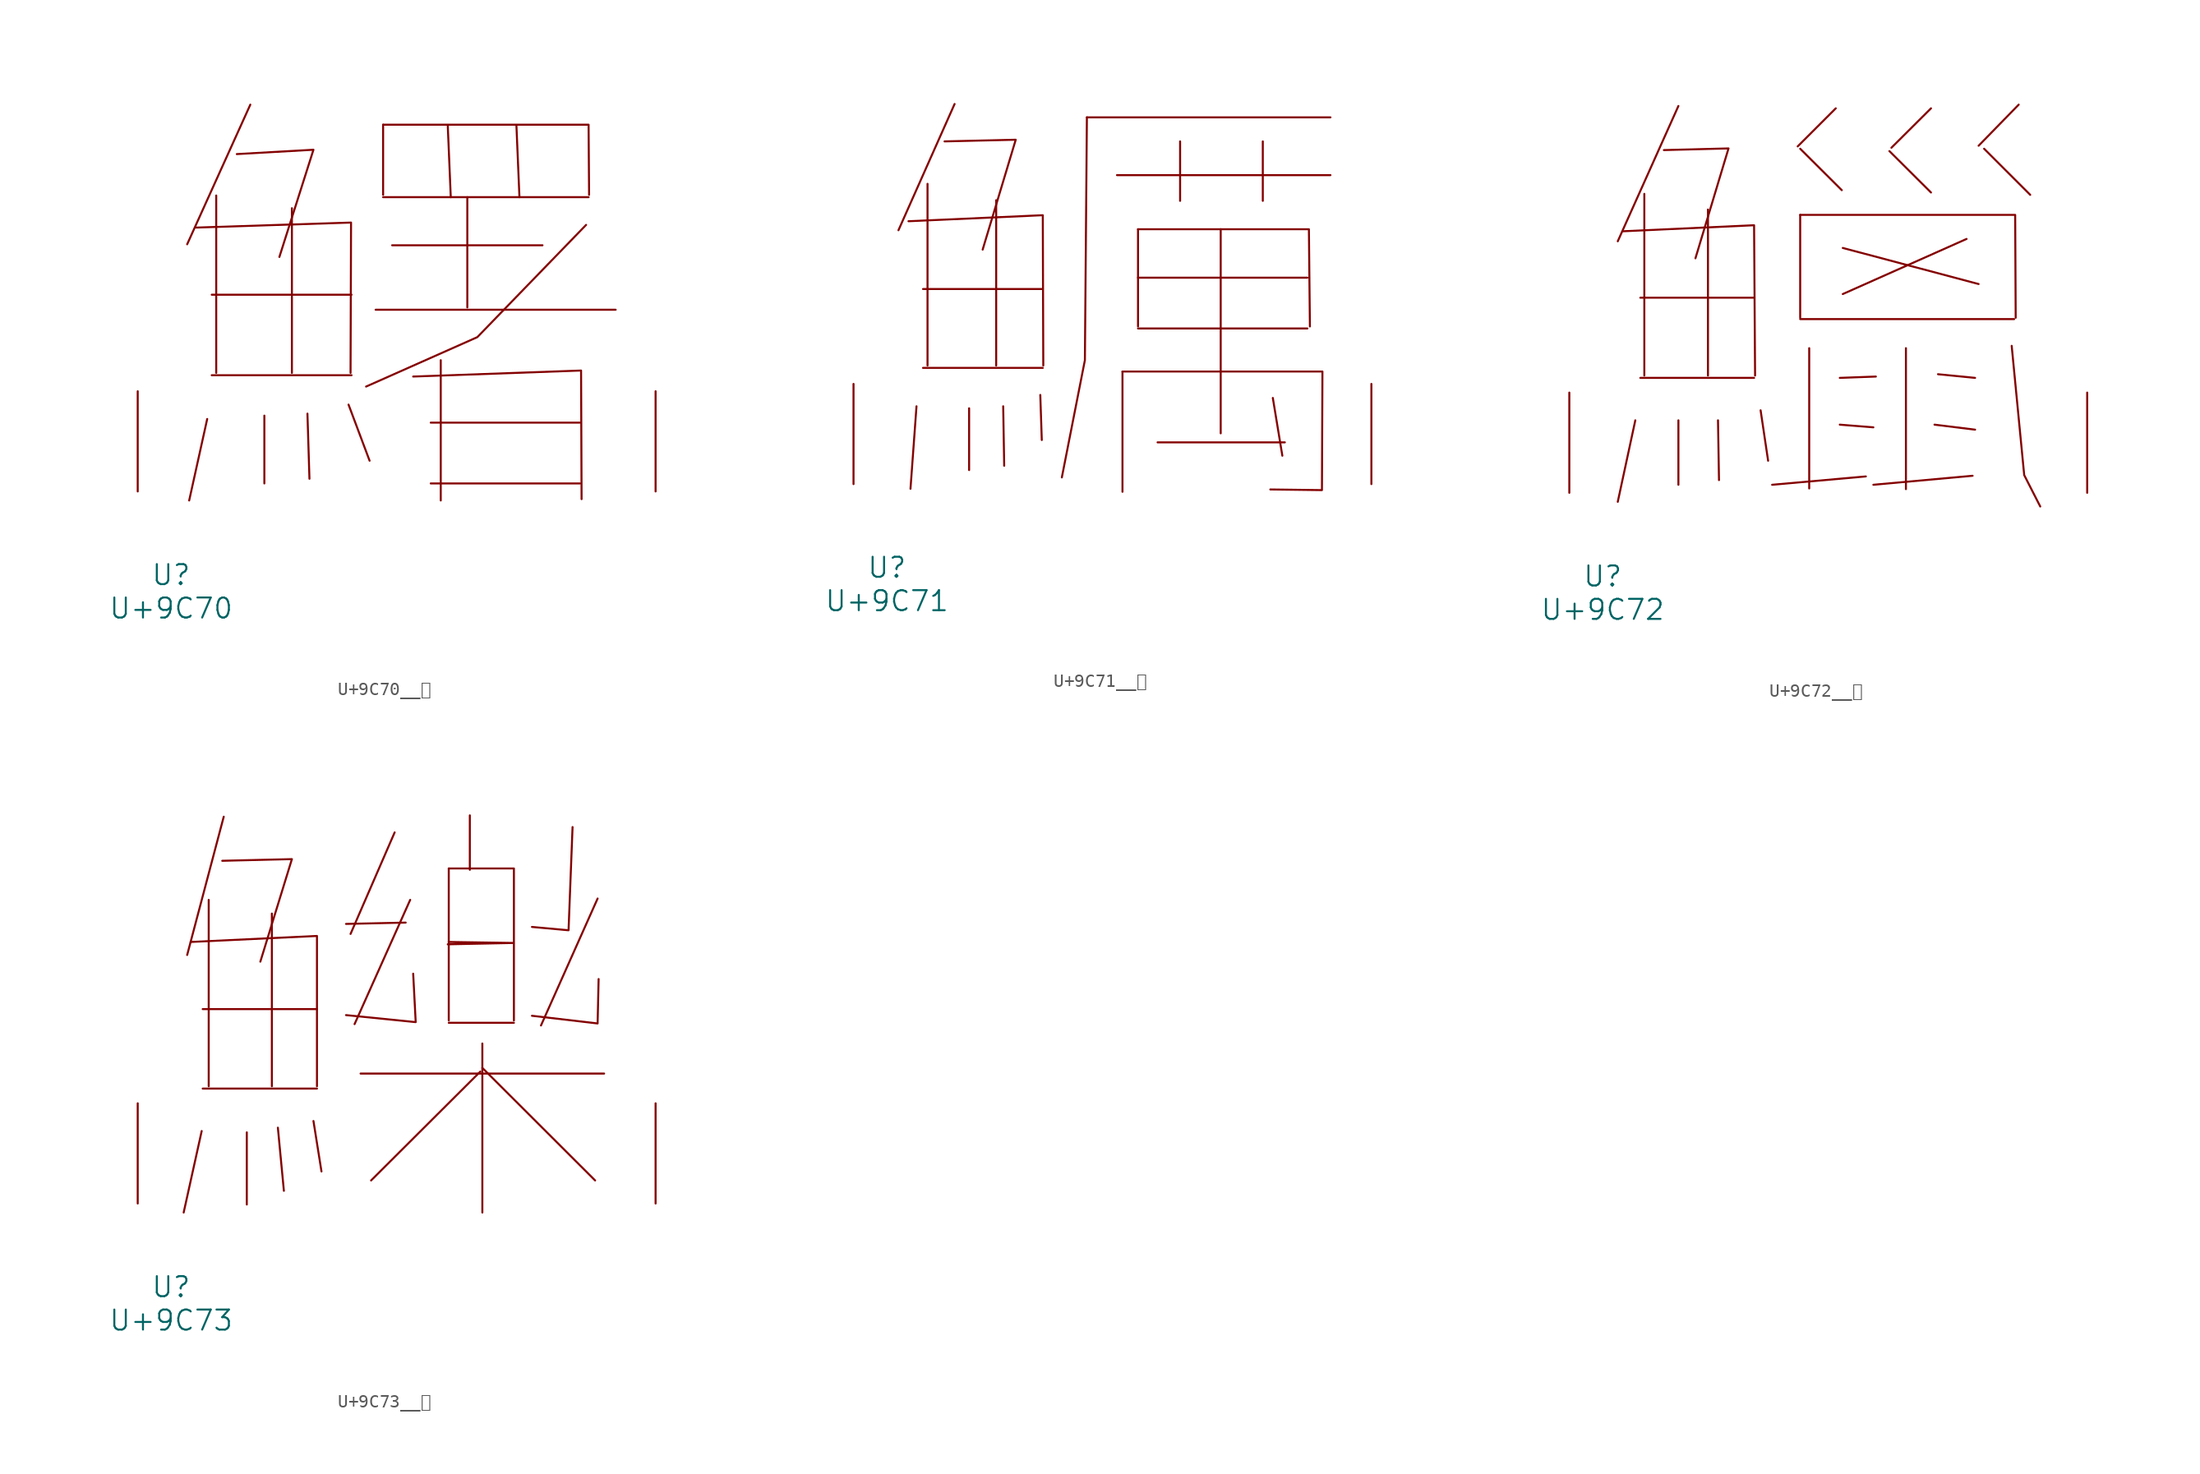
<source format=kicad_sym>
(kicad_symbol_lib
  (version 20231120)
  (generator "kicad_symbol_editor")
  (generator_version "8.0")
  (symbol "U+9C70__鱰"
    (pin_names
      (offset 1.016))
    (property "Reference" "U"
      (at 0 -6.35 0)
      (effects (font (size 1.524 1.524))))
    (property "Value" "U+9C70"
      (at 0 -8.89 0)
      (effects (font (size 1.524 1.524))))
    (symbol "U+9C70__鱰_0_1"
      (polyline (pts (xy 2.743 5.512) (xy 1.372 -0.686)) (stroke (width 0) (type solid)) (fill (type none)))
      (polyline (pts (xy 3.086 8.839) (xy 13.716 8.839)) (stroke (width 0) (type solid)) (fill (type none)))
      (polyline (pts (xy 3.086 14.961) (xy 13.716 14.961)) (stroke (width 0) (type solid)) (fill (type none)))
      (polyline (pts (xy 3.429 22.504) (xy 3.429 9.017)) (stroke (width 0) (type solid)) (fill (type none)))
      (polyline (pts (xy 6.02 29.413) (xy 1.219 18.796)) (stroke (width 0) (type solid)) (fill (type none)))
      (polyline (pts (xy 7.087 5.766) (xy 7.087 0.61)) (stroke (width 0) (type solid)) (fill (type none)))
      (polyline (pts (xy 9.182 21.539) (xy 9.182 9.017)) (stroke (width 0) (type solid)) (fill (type none)))
      (polyline (pts (xy 10.363 5.918) (xy 10.516 0.965)) (stroke (width 0) (type solid)) (fill (type none)))
      (polyline (pts (xy 13.487 6.604) (xy 15.088 2.337)) (stroke (width 0) (type solid)) (fill (type none)))
      (polyline (pts (xy 15.545 13.818) (xy 33.795 13.818)) (stroke (width 0) (type solid)) (fill (type none)))
      (polyline (pts (xy 16.116 22.377) (xy 31.737 22.377)) (stroke (width 0) (type solid)) (fill (type none)))
      (polyline (pts (xy 16.116 27.889) (xy 16.116 22.555)) (stroke (width 0) (type solid)) (fill (type none)))
      (polyline (pts (xy 16.802 18.72) (xy 28.232 18.72)) (stroke (width 0) (type solid)) (fill (type none)))
      (polyline (pts (xy 19.736 0.61) (xy 31.09 0.61)) (stroke (width 0) (type solid)) (fill (type none)))
      (polyline (pts (xy 19.736 5.232) (xy 31.09 5.232)) (stroke (width 0) (type solid)) (fill (type none)))
      (polyline (pts (xy 20.498 9.982) (xy 20.498 -0.686)) (stroke (width 0) (type solid)) (fill (type none)))
      (polyline (pts (xy 21.031 27.813) (xy 21.26 22.377)) (stroke (width 0) (type solid)) (fill (type none)))
      (polyline (pts (xy 22.517 22.377) (xy 22.517 13.995)) (stroke (width 0) (type solid)) (fill (type none)))
      (polyline (pts (xy 26.251 27.813) (xy 26.48 22.377)) (stroke (width 0) (type solid)) (fill (type none)))
      (polyline (pts (xy 1.905 20.066) (xy 13.678 20.447) (xy 13.64 9.017)) (stroke (width 0) (type solid)) (fill (type none)))
      (polyline (pts (xy 4.991 25.654) (xy 10.82 25.984) (xy 8.23 17.831)) (stroke (width 0) (type solid)) (fill (type none)))
      (polyline (pts (xy 16.116 27.889) (xy 31.737 27.889) (xy 31.775 22.555)) (stroke (width 0) (type solid)) (fill (type none)))
      (polyline (pts (xy 18.402 8.738) (xy 31.166 9.195) (xy 31.204 -0.584)) (stroke (width 0) (type solid)) (fill (type none)))
      (polyline (pts (xy 31.547 20.269) (xy 23.279 11.735) (xy 14.821 7.976)) (stroke (width 0) (type solid)) (fill (type none)))
      (pin input line (at -2.54 0 90) (length 7.62) (name "~" (effects (font (size 1.27 1.27)))) (number "~" (effects (font (size 1.27 1.27)))))
      (pin input line (at 36.83 0 90) (length 7.62) (name "~" (effects (font (size 1.27 1.27)))) (number "~" (effects (font (size 1.27 1.27)))))))
  (symbol "U+9C71__鱱"
    (pin_names
      (offset 1.016))
    (property "Reference" "U"
      (at 0 -6.35 0)
      (effects (font (size 1.524 1.524))))
    (property "Value" "U+9C71"
      (at 0 -8.89 0)
      (effects (font (size 1.524 1.524))))
    (symbol "U+9C71__鱱_0_1"
      (polyline (pts (xy 2.248 5.918) (xy 1.791 -0.356)) (stroke (width 0) (type solid)) (fill (type none)))
      (polyline (pts (xy 2.743 8.839) (xy 11.849 8.839)) (stroke (width 0) (type solid)) (fill (type none)))
      (polyline (pts (xy 2.743 14.834) (xy 11.849 14.834)) (stroke (width 0) (type solid)) (fill (type none)))
      (polyline (pts (xy 3.086 22.835) (xy 3.086 9.017)) (stroke (width 0) (type solid)) (fill (type none)))
      (polyline (pts (xy 5.144 28.905) (xy 0.876 19.304)) (stroke (width 0) (type solid)) (fill (type none)))
      (polyline (pts (xy 6.248 5.766) (xy 6.248 1.067)) (stroke (width 0) (type solid)) (fill (type none)))
      (polyline (pts (xy 8.306 21.59) (xy 8.306 9.017)) (stroke (width 0) (type solid)) (fill (type none)))
      (polyline (pts (xy 8.839 5.918) (xy 8.915 1.397)) (stroke (width 0) (type solid)) (fill (type none)))
      (polyline (pts (xy 11.659 6.782) (xy 11.773 3.353)) (stroke (width 0) (type solid)) (fill (type none)))
      (polyline (pts (xy 15.202 27.889) (xy 33.718 27.889)) (stroke (width 0) (type solid)) (fill (type none)))
      (polyline (pts (xy 17.488 23.495) (xy 33.718 23.495)) (stroke (width 0) (type solid)) (fill (type none)))
      (polyline (pts (xy 17.907 8.56) (xy 17.907 -0.584)) (stroke (width 0) (type solid)) (fill (type none)))
      (polyline (pts (xy 19.088 11.836) (xy 31.966 11.836)) (stroke (width 0) (type solid)) (fill (type none)))
      (polyline (pts (xy 19.088 15.697) (xy 31.966 15.697)) (stroke (width 0) (type solid)) (fill (type none)))
      (polyline (pts (xy 19.088 19.38) (xy 19.088 11.989)) (stroke (width 0) (type solid)) (fill (type none)))
      (polyline (pts (xy 20.574 3.175) (xy 30.251 3.175)) (stroke (width 0) (type solid)) (fill (type none)))
      (polyline (pts (xy 22.288 26.06) (xy 22.288 21.539)) (stroke (width 0) (type solid)) (fill (type none)))
      (polyline (pts (xy 25.375 19.38) (xy 25.375 3.861)) (stroke (width 0) (type solid)) (fill (type none)))
      (polyline (pts (xy 28.575 26.06) (xy 28.575 21.539)) (stroke (width 0) (type solid)) (fill (type none)))
      (polyline (pts (xy 29.337 6.553) (xy 30.061 2.159)) (stroke (width 0) (type solid)) (fill (type none)))
      (polyline (pts (xy 1.638 19.99) (xy 11.849 20.447) (xy 11.887 9.017)) (stroke (width 0) (type solid)) (fill (type none)))
      (polyline (pts (xy 4.381 26.06) (xy 9.792 26.187) (xy 7.277 17.831)) (stroke (width 0) (type solid)) (fill (type none)))
      (polyline (pts (xy 15.202 27.889) (xy 15.05 9.423) (xy 13.297 0.508)) (stroke (width 0) (type solid)) (fill (type none)))
      (polyline (pts (xy 19.088 19.38) (xy 32.08 19.38) (xy 32.156 11.989)) (stroke (width 0) (type solid)) (fill (type none)))
      (polyline (pts (xy 17.907 8.56) (xy 33.109 8.56) (xy 33.071 -0.457) (xy 29.146 -0.406)) (stroke (width 0) (type solid)) (fill (type none)))
      (pin input line (at -2.54 0 90) (length 7.62) (name "~" (effects (font (size 1.27 1.27)))) (number "~" (effects (font (size 1.27 1.27)))))
      (pin input line (at 36.83 0 90) (length 7.62) (name "~" (effects (font (size 1.27 1.27)))) (number "~" (effects (font (size 1.27 1.27)))))))
  (symbol "U+9C72__鱲"
    (pin_names
      (offset 1.016))
    (property "Reference" "U"
      (at 0 -6.35 0)
      (effects (font (size 1.524 1.524))))
    (property "Value" "U+9C72"
      (at 0 -8.89 0)
      (effects (font (size 1.524 1.524))))
    (symbol "U+9C72__鱲_0_1"
      (polyline (pts (xy 2.477 5.512) (xy 1.143 -0.686)) (stroke (width 0) (type solid)) (fill (type none)))
      (polyline (pts (xy 2.857 8.738) (xy 11.506 8.738)) (stroke (width 0) (type solid)) (fill (type none)))
      (polyline (pts (xy 2.857 14.834) (xy 11.506 14.834)) (stroke (width 0) (type solid)) (fill (type none)))
      (polyline (pts (xy 3.162 22.733) (xy 3.162 8.915)) (stroke (width 0) (type solid)) (fill (type none)))
      (polyline (pts (xy 5.753 5.512) (xy 5.753 0.61)) (stroke (width 0) (type solid)) (fill (type none)))
      (polyline (pts (xy 5.753 29.413) (xy 1.143 19.126)) (stroke (width 0) (type solid)) (fill (type none)))
      (polyline (pts (xy 8.001 21.539) (xy 8.001 8.915)) (stroke (width 0) (type solid)) (fill (type none)))
      (polyline (pts (xy 8.763 5.512) (xy 8.839 0.965)) (stroke (width 0) (type solid)) (fill (type none)))
      (polyline (pts (xy 12.002 6.274) (xy 12.573 2.438)) (stroke (width 0) (type solid)) (fill (type none)))
      (polyline (pts (xy 15.011 13.208) (xy 31.28 13.208)) (stroke (width 0) (type solid)) (fill (type none)))
      (polyline (pts (xy 15.011 21.133) (xy 15.011 13.31)) (stroke (width 0) (type solid)) (fill (type none)))
      (polyline (pts (xy 15.011 26.162) (xy 18.174 23.012)) (stroke (width 0) (type solid)) (fill (type none)))
      (polyline (pts (xy 15.697 10.998) (xy 15.697 0.33)) (stroke (width 0) (type solid)) (fill (type none)))
      (polyline (pts (xy 17.716 29.235) (xy 14.821 26.34)) (stroke (width 0) (type solid)) (fill (type none)))
      (polyline (pts (xy 18.021 5.182) (xy 20.574 4.978)) (stroke (width 0) (type solid)) (fill (type none)))
      (polyline (pts (xy 18.021 8.738) (xy 20.765 8.839)) (stroke (width 0) (type solid)) (fill (type none)))
      (polyline (pts (xy 18.25 18.618) (xy 28.575 15.875)) (stroke (width 0) (type solid)) (fill (type none)))
      (polyline (pts (xy 20.003 1.245) (xy 12.878 0.61)) (stroke (width 0) (type solid)) (fill (type none)))
      (polyline (pts (xy 21.793 25.984) (xy 24.956 22.835)) (stroke (width 0) (type solid)) (fill (type none)))
      (polyline (pts (xy 23.05 10.998) (xy 23.05 0.279)) (stroke (width 0) (type solid)) (fill (type none)))
      (polyline (pts (xy 24.956 29.235) (xy 21.946 26.238)) (stroke (width 0) (type solid)) (fill (type none)))
      (polyline (pts (xy 25.222 5.182) (xy 28.308 4.801)) (stroke (width 0) (type solid)) (fill (type none)))
      (polyline (pts (xy 25.489 9.017) (xy 28.308 8.738)) (stroke (width 0) (type solid)) (fill (type none)))
      (polyline (pts (xy 27.661 19.304) (xy 18.25 15.113)) (stroke (width 0) (type solid)) (fill (type none)))
      (polyline (pts (xy 28.118 1.295) (xy 20.574 0.61)) (stroke (width 0) (type solid)) (fill (type none)))
      (polyline (pts (xy 28.994 26.162) (xy 32.499 22.657)) (stroke (width 0) (type solid)) (fill (type none)))
      (polyline (pts (xy 31.623 29.515) (xy 28.575 26.391)) (stroke (width 0) (type solid)) (fill (type none)))
      (polyline (pts (xy 1.562 19.888) (xy 11.506 20.345) (xy 11.582 8.915)) (stroke (width 0) (type solid)) (fill (type none)))
      (polyline (pts (xy 4.648 26.06) (xy 9.563 26.187) (xy 7.048 17.831)) (stroke (width 0) (type solid)) (fill (type none)))
      (polyline (pts (xy 15.011 21.133) (xy 31.356 21.133) (xy 31.394 13.31)) (stroke (width 0) (type solid)) (fill (type none)))
      (polyline (pts (xy 31.09 11.176) (xy 32.042 1.346) (xy 33.261 -1.041)) (stroke (width 0) (type solid)) (fill (type none)))
      (pin input line (at -2.54 0 90) (length 7.62) (name "~" (effects (font (size 1.27 1.27)))) (number "~" (effects (font (size 1.27 1.27)))))
      (pin input line (at 36.83 0 90) (length 7.62) (name "~" (effects (font (size 1.27 1.27)))) (number "~" (effects (font (size 1.27 1.27)))))))
  (symbol "U+9C73__鱳"
    (pin_names
      (offset 1.016))
    (property "Reference" "U"
      (at 0 -6.35 0)
      (effects (font (size 1.524 1.524))))
    (property "Value" "U+9C73"
      (at 0 -8.89 0)
      (effects (font (size 1.524 1.524))))
    (symbol "U+9C73__鱳_0_1"
      (polyline (pts (xy 2.324 5.512) (xy 0.953 -0.686)) (stroke (width 0) (type solid)) (fill (type none)))
      (polyline (pts (xy 2.4 8.738) (xy 11.087 8.738)) (stroke (width 0) (type solid)) (fill (type none)))
      (polyline (pts (xy 2.4 14.783) (xy 11.087 14.783)) (stroke (width 0) (type solid)) (fill (type none)))
      (polyline (pts (xy 2.857 23.089) (xy 2.857 8.915)) (stroke (width 0) (type solid)) (fill (type none)))
      (polyline (pts (xy 4 29.413) (xy 1.219 18.898)) (stroke (width 0) (type solid)) (fill (type none)))
      (polyline (pts (xy 5.753 5.41) (xy 5.753 -0.076)) (stroke (width 0) (type solid)) (fill (type none)))
      (polyline (pts (xy 7.658 22.047) (xy 7.658 8.915)) (stroke (width 0) (type solid)) (fill (type none)))
      (polyline (pts (xy 8.115 5.766) (xy 8.572 0.965)) (stroke (width 0) (type solid)) (fill (type none)))
      (polyline (pts (xy 10.82 6.274) (xy 11.43 2.438)) (stroke (width 0) (type solid)) (fill (type none)))
      (polyline (pts (xy 14.402 9.881) (xy 32.918 9.881)) (stroke (width 0) (type solid)) (fill (type none)))
      (polyline (pts (xy 16.993 28.219) (xy 13.64 20.498)) (stroke (width 0) (type solid)) (fill (type none)))
      (polyline (pts (xy 17.831 21.361) (xy 13.297 21.26)) (stroke (width 0) (type solid)) (fill (type none)))
      (polyline (pts (xy 18.174 23.089) (xy 13.945 13.64)) (stroke (width 0) (type solid)) (fill (type none)))
      (polyline (pts (xy 21.107 13.741) (xy 26.06 13.741)) (stroke (width 0) (type solid)) (fill (type none)))
      (polyline (pts (xy 21.107 25.476) (xy 21.107 13.919)) (stroke (width 0) (type solid)) (fill (type none)))
      (polyline (pts (xy 22.708 29.515) (xy 22.708 25.375)) (stroke (width 0) (type solid)) (fill (type none)))
      (polyline (pts (xy 23.508 10.033) (xy 15.202 1.753)) (stroke (width 0) (type solid)) (fill (type none)))
      (polyline (pts (xy 23.66 10.312) (xy 32.233 1.753)) (stroke (width 0) (type solid)) (fill (type none)))
      (polyline (pts (xy 23.66 12.167) (xy 23.66 -0.686)) (stroke (width 0) (type solid)) (fill (type none)))
      (polyline (pts (xy 32.423 23.19) (xy 28.118 13.538)) (stroke (width 0) (type solid)) (fill (type none)))
      (polyline (pts (xy 1.486 19.888) (xy 11.087 20.345) (xy 11.087 8.915)) (stroke (width 0) (type solid)) (fill (type none)))
      (polyline (pts (xy 3.886 26.06) (xy 9.182 26.187) (xy 6.782 18.39)) (stroke (width 0) (type solid)) (fill (type none)))
      (polyline (pts (xy 18.402 17.475) (xy 18.593 13.792) (xy 13.297 14.326)) (stroke (width 0) (type solid)) (fill (type none)))
      (polyline (pts (xy 21.107 19.888) (xy 26.022 19.812) (xy 21.031 19.71)) (stroke (width 0) (type solid)) (fill (type none)))
      (polyline (pts (xy 21.107 25.476) (xy 26.06 25.476) (xy 26.06 13.919)) (stroke (width 0) (type solid)) (fill (type none)))
      (polyline (pts (xy 30.518 28.626) (xy 30.213 20.777) (xy 27.432 21.031)) (stroke (width 0) (type solid)) (fill (type none)))
      (polyline (pts (xy 32.499 17.069) (xy 32.423 13.691) (xy 27.432 14.275)) (stroke (width 0) (type solid)) (fill (type none)))
      (pin input line (at -2.54 0 90) (length 7.62) (name "~" (effects (font (size 1.27 1.27)))) (number "~" (effects (font (size 1.27 1.27)))))
      (pin input line (at 36.83 0 90) (length 7.62) (name "~" (effects (font (size 1.27 1.27)))) (number "~" (effects (font (size 1.27 1.27))))))))
</source>
